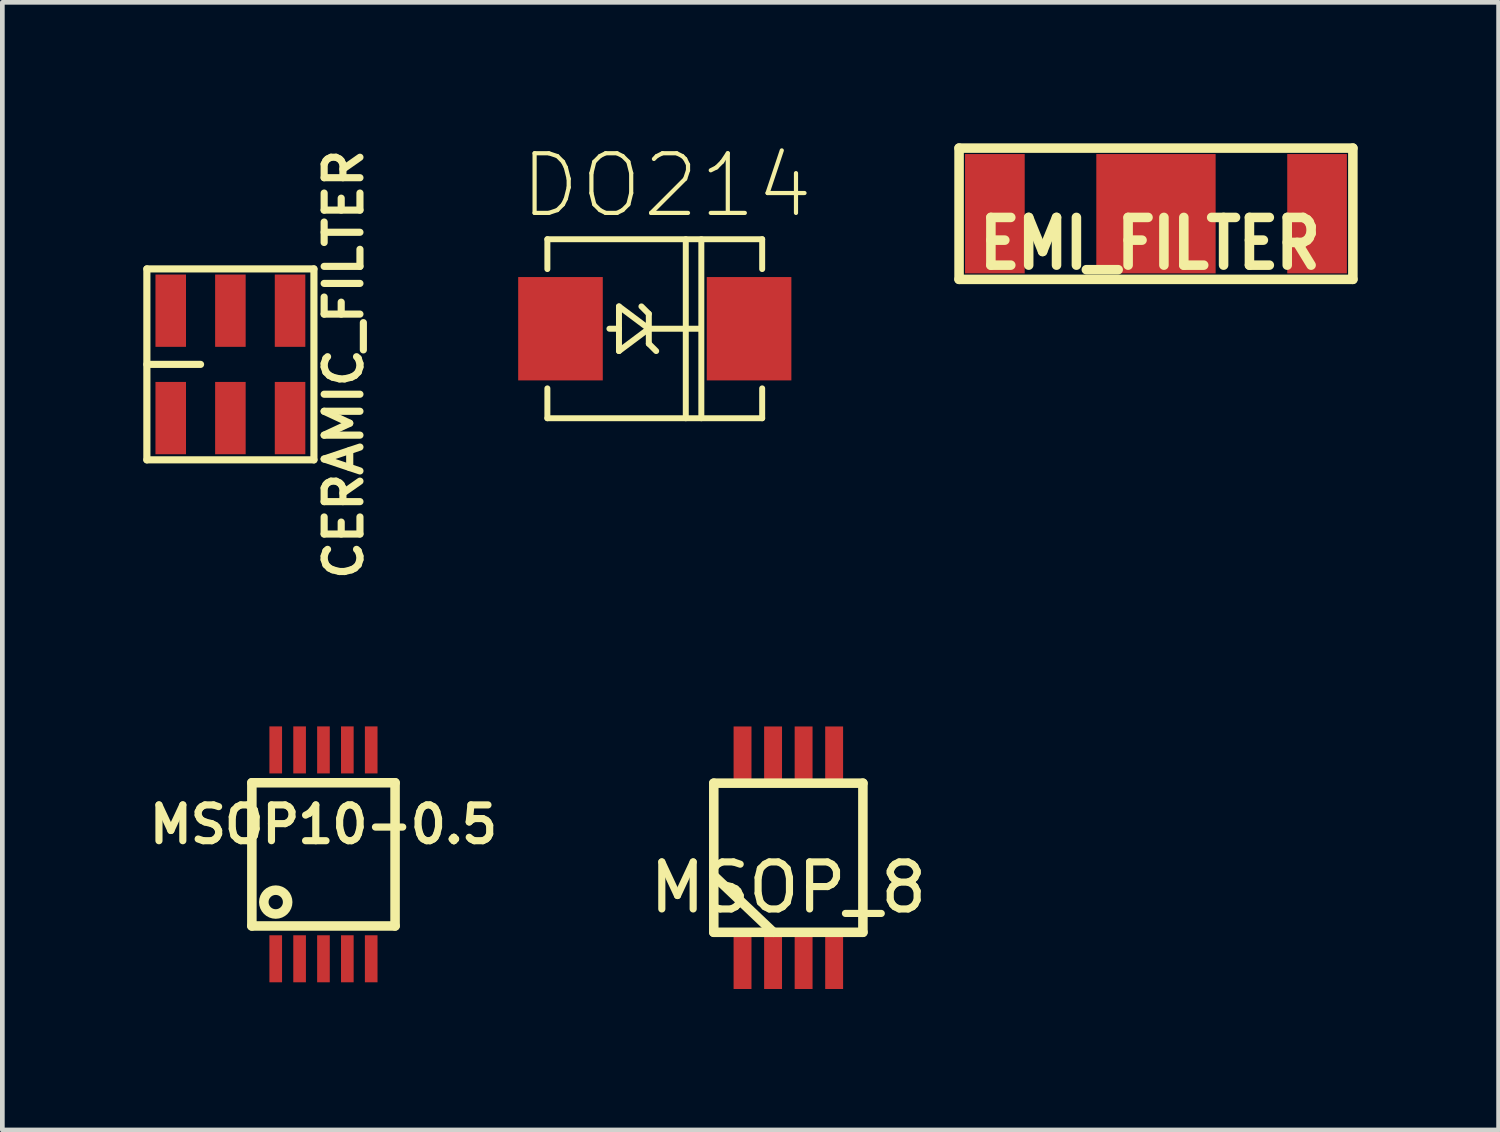
<source format=kicad_pcb>
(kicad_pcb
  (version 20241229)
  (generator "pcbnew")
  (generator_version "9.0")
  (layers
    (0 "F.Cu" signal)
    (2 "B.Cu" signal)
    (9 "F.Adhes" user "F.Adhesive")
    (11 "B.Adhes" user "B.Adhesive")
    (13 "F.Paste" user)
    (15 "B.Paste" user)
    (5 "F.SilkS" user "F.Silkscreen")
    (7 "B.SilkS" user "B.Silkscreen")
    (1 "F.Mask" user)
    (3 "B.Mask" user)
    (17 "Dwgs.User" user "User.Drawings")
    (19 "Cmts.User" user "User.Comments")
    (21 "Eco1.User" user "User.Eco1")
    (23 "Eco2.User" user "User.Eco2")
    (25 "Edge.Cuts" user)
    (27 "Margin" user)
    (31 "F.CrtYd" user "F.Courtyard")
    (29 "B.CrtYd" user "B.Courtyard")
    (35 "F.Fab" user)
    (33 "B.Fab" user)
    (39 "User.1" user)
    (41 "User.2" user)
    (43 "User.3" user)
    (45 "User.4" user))
  (footprint "DO214"
    (layer "F.Cu")
    (at 10.887 3.947)
    (property "Reference" "DO214" (at 0.254 -3.048 0) (layer "F.SilkS") (effects (font (size 1.27 1.27) (thickness 0.089))))
    (attr smd)
    (fp_line (start -2.286 -1.905) (end 2.286 -1.905) (stroke (width 0.127) (type solid)) (layer "F.SilkS"))
    (fp_line (start -2.286 -1.27) (end -2.286 -1.905) (stroke (width 0.127) (type solid)) (layer "F.SilkS"))
    (fp_line (start -2.286 1.27) (end -2.286 1.905) (stroke (width 0.127) (type solid)) (layer "F.SilkS"))
    (fp_line (start -2.286 1.905) (end 2.286 1.905) (stroke (width 0.127) (type solid)) (layer "F.SilkS"))
    (fp_line (start -0.762 -0.475) (end -0.762 0) (stroke (width 0.127) (type solid)) (layer "F.SilkS"))
    (fp_line (start -0.762 0) (end -0.965 0) (stroke (width 0.127) (type solid)) (layer "F.SilkS"))
    (fp_line (start -0.762 0) (end -0.762 0.475) (stroke (width 0.127) (type solid)) (layer "F.SilkS"))
    (fp_line (start -0.762 0.475) (end -0.127 0) (stroke (width 0.127) (type solid)) (layer "F.SilkS"))
    (fp_line (start -0.127 -0.318) (end -0.284 -0.475) (stroke (width 0.127) (type solid)) (layer "F.SilkS"))
    (fp_line (start -0.127 0) (end -0.762 -0.475) (stroke (width 0.127) (type solid)) (layer "F.SilkS"))
    (fp_line (start -0.127 0) (end -0.127 -0.318) (stroke (width 0.127) (type solid)) (layer "F.SilkS"))
    (fp_line (start -0.127 0) (end -0.127 0.318) (stroke (width 0.127) (type solid)) (layer "F.SilkS"))
    (fp_line (start -0.127 0) (end 0.983 0) (stroke (width 0.127) (type solid)) (layer "F.SilkS"))
    (fp_line (start -0.127 0.318) (end 0.03 0.475) (stroke (width 0.127) (type solid)) (layer "F.SilkS"))
    (fp_line (start 0.66 1.905) (end 0.66 -1.905) (stroke (width 0.127) (type solid)) (layer "F.SilkS"))
    (fp_line (start 0.991 1.905) (end 0.991 -1.905) (stroke (width 0.127) (type solid)) (layer "F.SilkS"))
    (fp_line (start 2.286 -1.905) (end 2.286 -1.27) (stroke (width 0.127) (type solid)) (layer "F.SilkS"))
    (fp_line (start 2.286 1.905) (end 2.286 1.27) (stroke (width 0.127) (type solid)) (layer "F.SilkS"))
    (pad "1" smd rect (at -2.007 0) (size 1.801 2.2) (layers "F.Cu" "F.Mask" "F.Paste"))
    (pad "2" smd rect (at 2.007 0) (size 1.801 2.2) (layers "F.Cu" "F.Mask" "F.Paste")))
  (footprint "MSOP_8"
    (layer "F.Cu")
    (at 13.73 15.207)
    (property "Reference" "MSOP_8" (at 0 0.635 0) (layer "F.SilkS") (effects (font (size 1.001 1.001) (thickness 0.152))))
    (attr through_hole)
    (fp_line (start -1.587 -1.587) (end -1.587 1.587) (stroke (width 0.203) (type solid)) (layer "F.SilkS"))
    (fp_line (start -1.587 1.587) (end 1.587 1.587) (stroke (width 0.203) (type solid)) (layer "F.SilkS"))
    (fp_line (start -0.318 1.587) (end -1.587 0.381) (stroke (width 0.203) (type solid)) (layer "F.SilkS"))
    (fp_line (start 1.587 -1.587) (end -1.587 -1.587) (stroke (width 0.203) (type solid)) (layer "F.SilkS"))
    (fp_line (start 1.587 1.587) (end 1.587 -1.587) (stroke (width 0.203) (type solid)) (layer "F.SilkS"))
    (pad "1" smd rect (at -0.975 2.159) (size 0.381 1.27) (layers "F.Cu" "F.Mask" "F.Paste"))
    (pad "2" smd rect (at -0.325 2.159) (size 0.381 1.27) (layers "F.Cu" "F.Mask" "F.Paste"))
    (pad "3" smd rect (at 0.325 2.159) (size 0.381 1.27) (layers "F.Cu" "F.Mask" "F.Paste"))
    (pad "4" smd rect (at 0.975 2.159) (size 0.381 1.27) (layers "F.Cu" "F.Mask" "F.Paste"))
    (pad "5" smd rect (at 0.975 -2.159) (size 0.381 1.27) (layers "F.Cu" "F.Mask" "F.Paste"))
    (pad "6" smd rect (at 0.325 -2.159) (size 0.381 1.27) (layers "F.Cu" "F.Mask" "F.Paste"))
    (pad "7" smd rect (at -0.325 -2.159) (size 0.381 1.27) (layers "F.Cu" "F.Mask" "F.Paste"))
    (pad "8" smd rect (at -0.975 -2.159) (size 0.381 1.27) (layers "F.Cu" "F.Mask" "F.Paste")))
  (footprint "EMI_FILTER"
    (layer "F.Cu")
    (at 21.555 1.499)
    (property "Reference" "EMI_FILTER" (at -0.127 0.635 0) (layer "F.SilkS") (effects (font (size 1.016 0.889) (thickness 0.203))))
    (attr through_hole)
    (fp_line (start -4.191 -1.397) (end -4.191 1.397) (stroke (width 0.203) (type solid)) (layer "F.SilkS"))
    (fp_line (start -4.191 1.397) (end 4.191 1.397) (stroke (width 0.203) (type solid)) (layer "F.SilkS"))
    (fp_line (start 4.191 -1.397) (end -4.191 -1.397) (stroke (width 0.203) (type solid)) (layer "F.SilkS"))
    (fp_line (start 4.191 1.397) (end 4.191 -1.397) (stroke (width 0.203) (type solid)) (layer "F.SilkS"))
    (pad "GND" smd rect (at 0 0) (size 2.54 2.54) (layers "F.Cu" "F.Mask" "F.Paste"))
    (pad "VI" smd rect (at -3.429 0) (size 1.27 2.54) (layers "F.Cu" "F.Mask" "F.Paste"))
    (pad "VO" smd rect (at 3.429 0) (size 1.27 2.54) (layers "F.Cu" "F.Mask" "F.Paste")))
  (footprint "CERAMIC_FILTER"
    (layer "F.Cu")
    (at 1.854 4.706)
    (property "Reference" "CERAMIC_FILTER" (at 2.413 0 90) (layer "F.SilkS") (effects (font (size 0.762 0.762) (thickness 0.152))))
    (attr through_hole)
    (fp_line (start -1.778 -2.032) (end 1.778 -2.032) (stroke (width 0.152) (type solid)) (layer "F.SilkS"))
    (fp_line (start -1.778 0) (end -0.635 0) (stroke (width 0.152) (type solid)) (layer "F.SilkS"))
    (fp_line (start -1.778 2.032) (end -1.778 -2.032) (stroke (width 0.152) (type solid)) (layer "F.SilkS"))
    (fp_line (start 1.778 -2.032) (end 1.778 2.032) (stroke (width 0.152) (type solid)) (layer "F.SilkS"))
    (fp_line (start 1.778 2.032) (end -1.778 2.032) (stroke (width 0.152) (type solid)) (layer "F.SilkS"))
    (pad "1" smd rect (at -1.27 1.143) (size 0.65 1.539) (layers "F.Cu" "F.Mask" "F.Paste"))
    (pad "2" smd rect (at 0 1.143) (size 0.65 1.539) (layers "F.Cu" "F.Mask" "F.Paste"))
    (pad "3" smd rect (at 1.27 1.143) (size 0.65 1.539) (layers "F.Cu" "F.Mask" "F.Paste"))
    (pad "4" smd rect (at 1.27 -1.143) (size 0.65 1.539) (layers "F.Cu" "F.Mask" "F.Paste"))
    (pad "5" smd rect (at 0 -1.143) (size 0.65 1.539) (layers "F.Cu" "F.Mask" "F.Paste"))
    (pad "6" smd rect (at -1.27 -1.143) (size 0.65 1.539) (layers "F.Cu" "F.Mask" "F.Paste")))
  (footprint "MSOP10-0.5"
    (layer "F.Cu")
    (at 3.835 15.135)
    (property "Reference" "MSOP10-0.5" (at 0 -0.635 0) (layer "F.SilkS") (effects (font (size 0.762 0.762) (thickness 0.152))))
    (attr smd)
    (fp_line (start -1.524 -1.524) (end 1.524 -1.524) (stroke (width 0.203) (type solid)) (layer "F.SilkS"))
    (fp_line (start -1.524 1.524) (end -1.524 -1.524) (stroke (width 0.203) (type solid)) (layer "F.SilkS"))
    (fp_line (start 1.524 -1.524) (end 1.524 1.524) (stroke (width 0.203) (type solid)) (layer "F.SilkS"))
    (fp_line (start 1.524 1.524) (end -1.524 1.524) (stroke (width 0.203) (type solid)) (layer "F.SilkS"))
    (fp_circle (center -1.016 1.016) (end -1.016 0.762) (stroke (width 0.203) (type solid)) (fill no) (layer "F.SilkS"))
    (pad "1" smd rect (at -1.016 2.223) (size 0.269 1.001) (layers "F.Cu" "F.Mask" "F.Paste"))
    (pad "2" smd rect (at -0.508 2.223) (size 0.269 1.001) (layers "F.Cu" "F.Mask" "F.Paste"))
    (pad "3" smd rect (at 0 2.223) (size 0.269 1.001) (layers "F.Cu" "F.Mask" "F.Paste"))
    (pad "4" smd rect (at 0.508 2.223) (size 0.269 1.001) (layers "F.Cu" "F.Mask" "F.Paste"))
    (pad "5" smd rect (at 1.016 2.223) (size 0.269 1.001) (layers "F.Cu" "F.Mask" "F.Paste"))
    (pad "6" smd rect (at 1.016 -2.223) (size 0.269 1.001) (layers "F.Cu" "F.Mask" "F.Paste"))
    (pad "7" smd rect (at 0.508 -2.223) (size 0.269 1.001) (layers "F.Cu" "F.Mask" "F.Paste"))
    (pad "8" smd rect (at 0 -2.223) (size 0.269 1.001) (layers "F.Cu" "F.Mask" "F.Paste"))
    (pad "9" smd rect (at -0.508 -2.223) (size 0.269 1.001) (layers "F.Cu" "F.Mask" "F.Paste"))
    (pad "10" smd rect (at -1.016 -2.223) (size 0.269 1.001) (layers "F.Cu" "F.Mask" "F.Paste")))
  (gr_rect
    (start -3 -3)
    (end 28.848 21.001)
    (stroke (width 0.1) (type default))
    (fill no)
    (layer "Edge.Cuts")))
</source>
